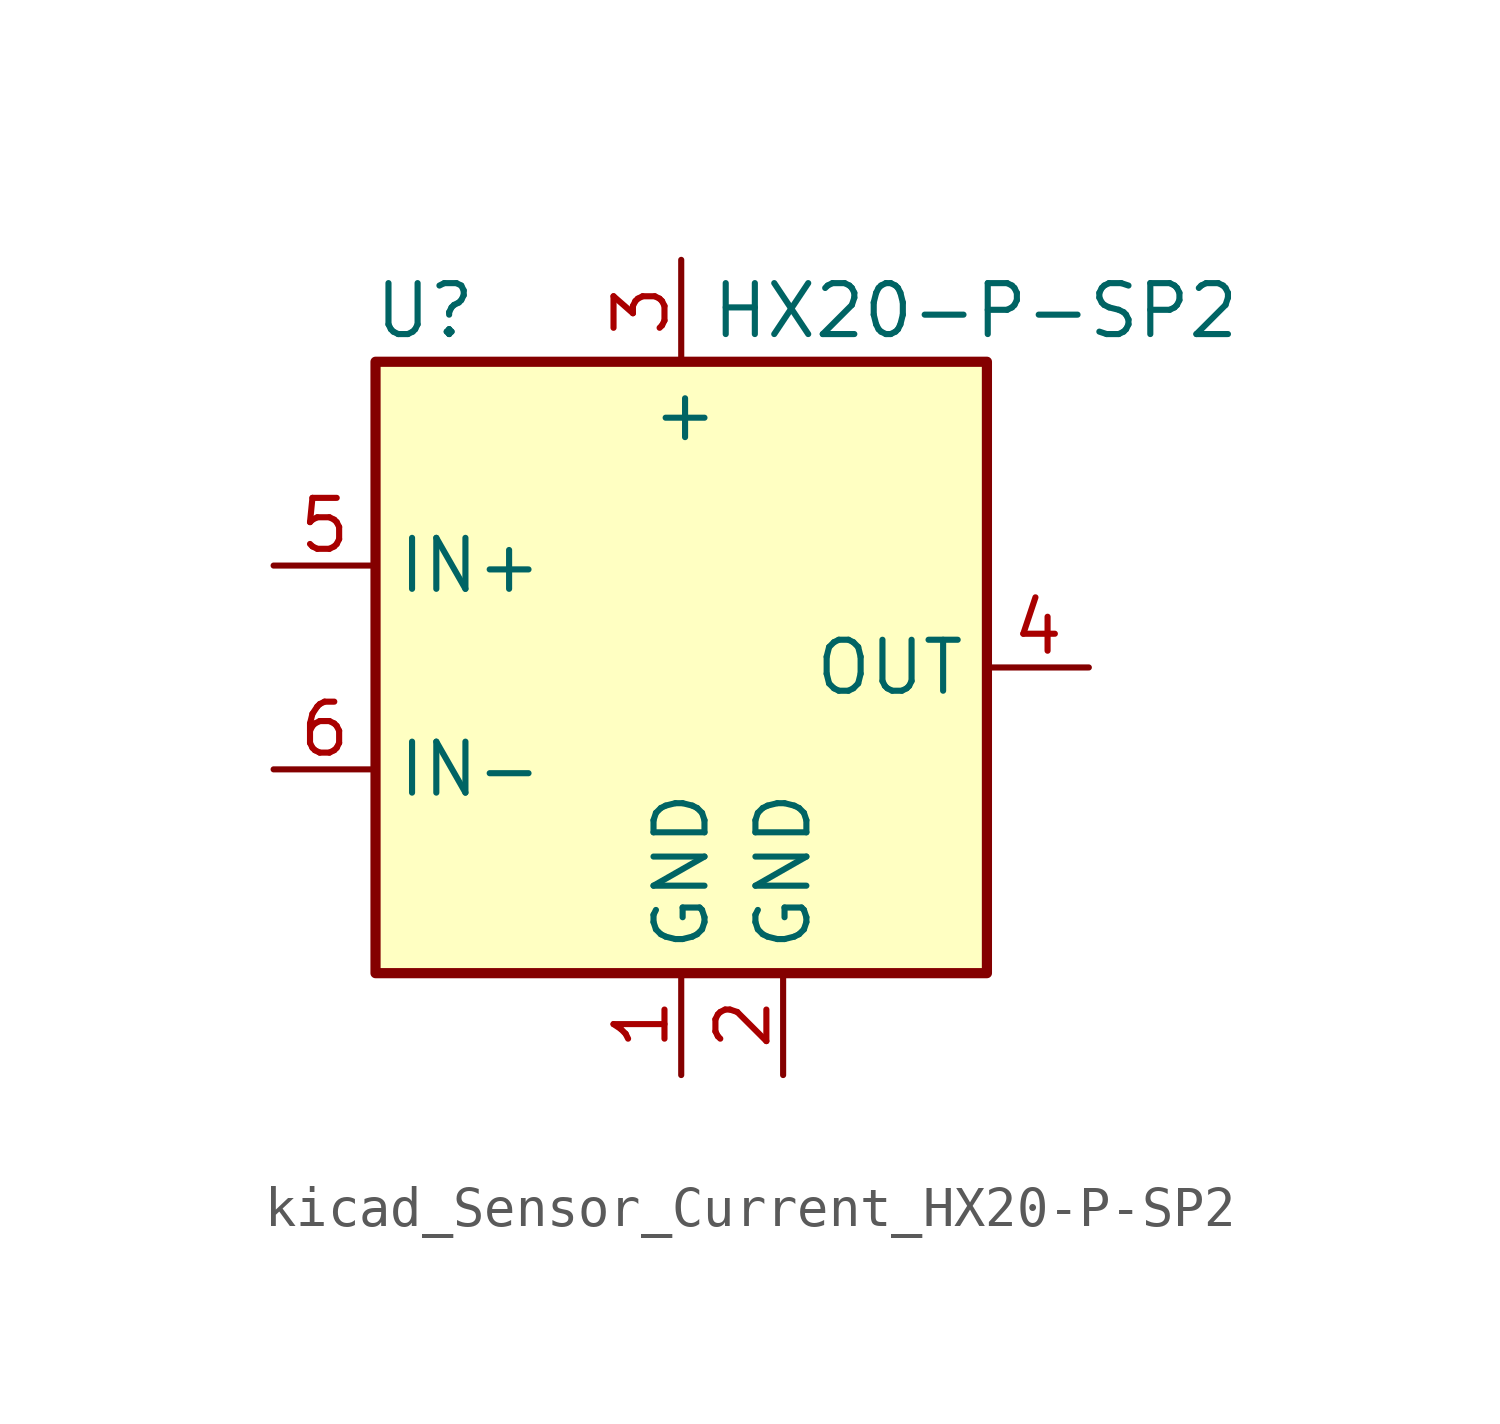
<source format=kicad_sym>
(kicad_symbol_lib
  (version 20220914)
  (generator kicad_symbol_editor)
  (symbol "kicad_Sensor_Current_HX20-P-SP2"
    (property "Reference" "U"
      (at -5.08 8.89 0)
      (effects (font (size 1.27 1.27)) (justify right)))
    (property "Value" "HX20-P-SP2"
      (at 13.97 8.89 0)
      (effects (font (size 1.27 1.27)) (justify right)))
    (symbol "kicad_Sensor_Current_HX20-P-SP2_0_1"
      (rectangle (start -7.62 7.62) (end 7.62 -7.62) (stroke (width 0.254) (type default)) (fill (type background))))
    (symbol "kicad_Sensor_Current_HX20-P-SP2_1_1"
      (pin power_in line (at 0 -10.16 90) (length 2.54) (name "GND" (effects (font (size 1.27 1.27)))) (number "1" (effects (font (size 1.27 1.27)))))
      (pin power_in line (at 2.54 -10.16 90) (length 2.54) (name "GND" (effects (font (size 1.27 1.27)))) (number "2" (effects (font (size 1.27 1.27)))))
      (pin power_in line (at 0 10.16 270) (length 2.54) (name "+" (effects (font (size 1.27 1.27)))) (number "3" (effects (font (size 1.27 1.27)))))
      (pin output line (at 10.16 0 180) (length 2.54) (name "OUT" (effects (font (size 1.27 1.27)))) (number "4" (effects (font (size 1.27 1.27)))))
      (pin passive line (at -10.16 2.54 0) (length 2.54) (name "IN+" (effects (font (size 1.27 1.27)))) (number "5" (effects (font (size 1.27 1.27)))))
      (pin passive line (at -10.16 -2.54 0) (length 2.54) (name "IN-" (effects (font (size 1.27 1.27)))) (number "6" (effects (font (size 1.27 1.27))))))))
</source>
